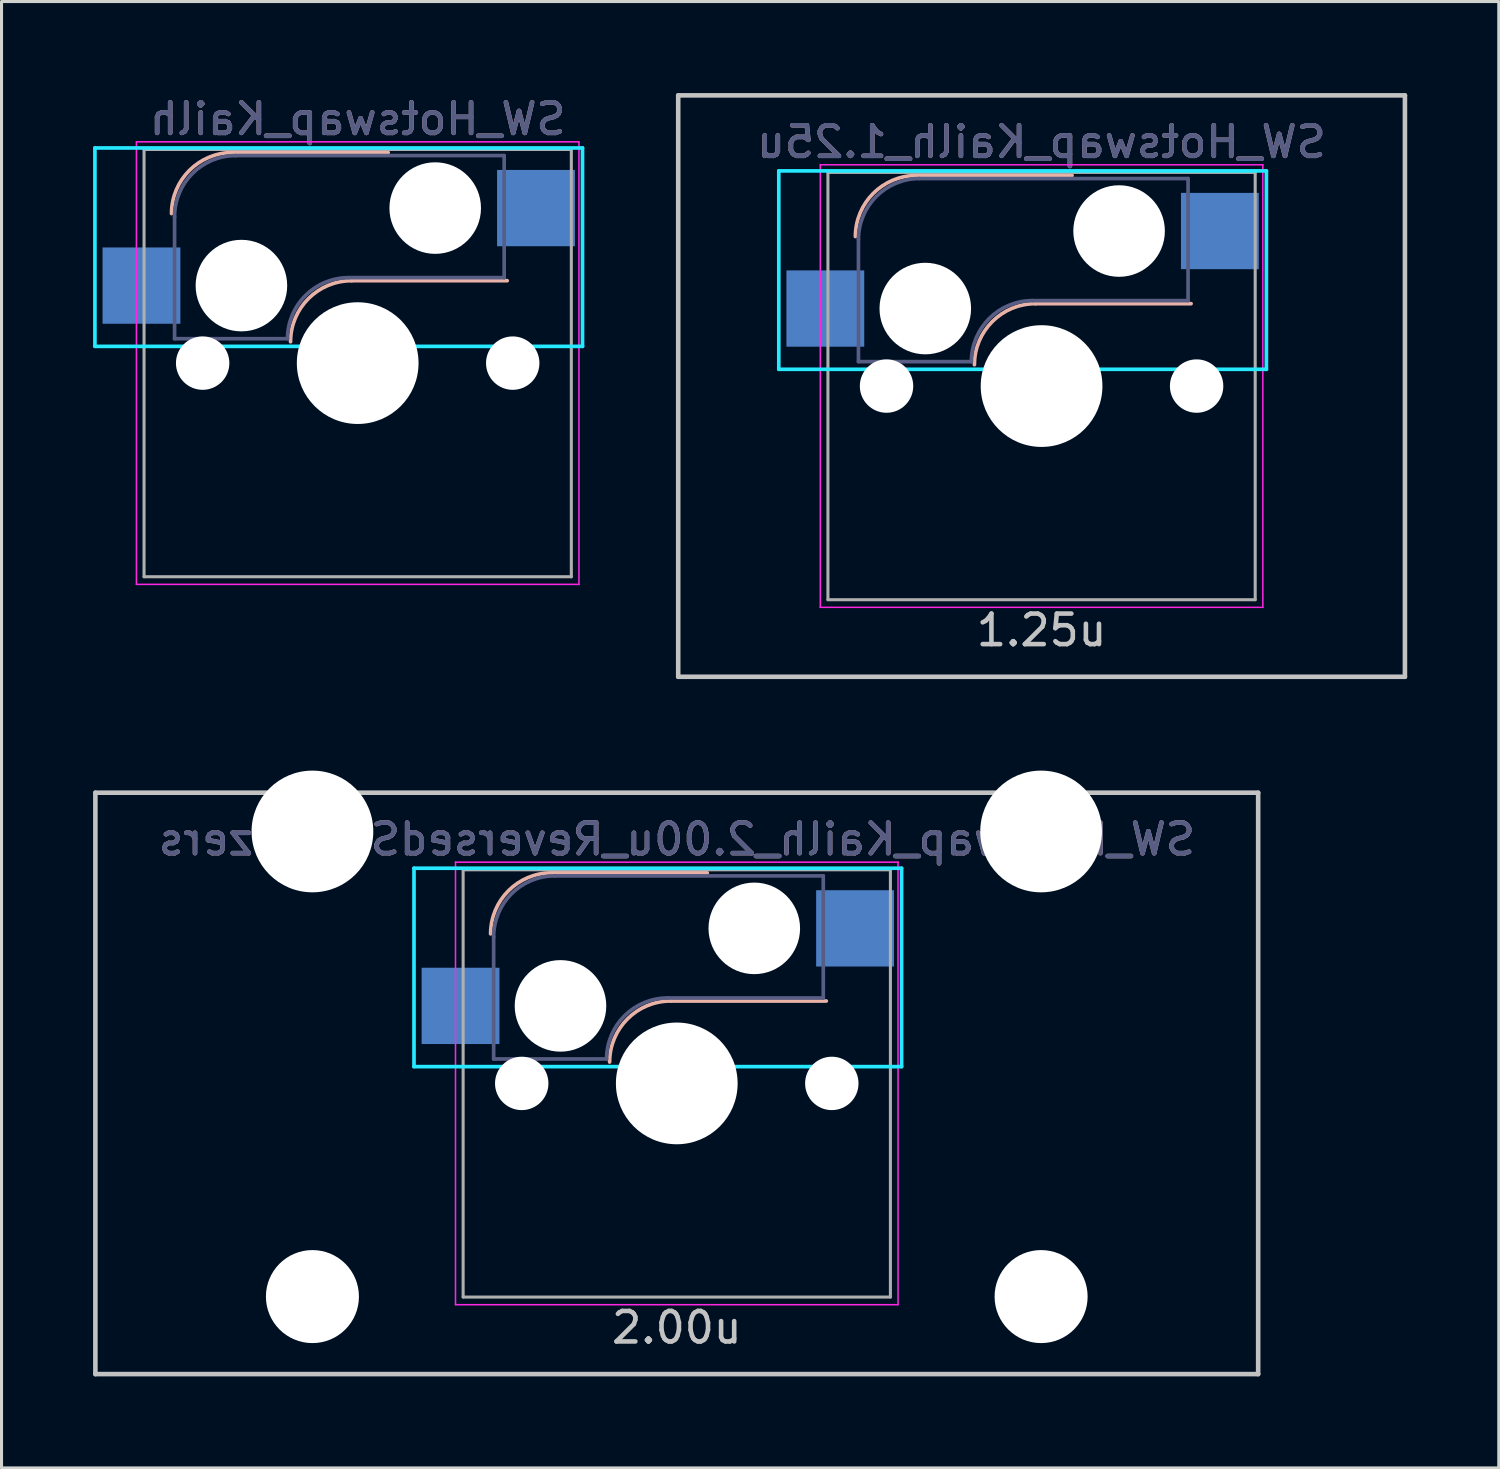
<source format=kicad_pcb>
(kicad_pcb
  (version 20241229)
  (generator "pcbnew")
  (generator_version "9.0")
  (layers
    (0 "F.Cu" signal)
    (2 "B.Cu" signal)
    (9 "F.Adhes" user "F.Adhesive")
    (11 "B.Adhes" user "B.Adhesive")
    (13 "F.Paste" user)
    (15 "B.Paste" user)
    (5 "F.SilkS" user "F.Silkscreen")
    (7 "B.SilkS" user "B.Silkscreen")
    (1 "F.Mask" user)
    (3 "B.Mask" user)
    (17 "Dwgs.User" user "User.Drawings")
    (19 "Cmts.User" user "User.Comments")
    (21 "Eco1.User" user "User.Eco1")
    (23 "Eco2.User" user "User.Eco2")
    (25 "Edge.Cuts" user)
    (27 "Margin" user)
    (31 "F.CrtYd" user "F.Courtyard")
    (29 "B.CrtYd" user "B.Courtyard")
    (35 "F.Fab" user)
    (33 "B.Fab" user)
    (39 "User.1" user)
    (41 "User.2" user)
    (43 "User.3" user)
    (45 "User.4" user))
  (footprint "SW_Hotswap_Kailh"
    (layer "F.Cu")
    (at 8.67 8.848)
    (property "Reference" "SW_Hotswap_Kailh" (at 0 -8 0) (layer "B.SilkS") (effects (font (size 1 1) (thickness 0.15)) (justify mirror)))
    (attr smd)
    (fp_line (start 1 -6.9) (end -4.1 -6.9) (stroke (width 0.12) (type solid)) (layer "B.SilkS"))
    (fp_line (start 4.9 -2.7) (end -0.2 -2.7) (stroke (width 0.12) (type solid)) (layer "B.SilkS"))
    (fp_arc (start -6.1 -4.9) (mid -5.514214 -6.314214) (end -4.1 -6.9) (stroke (width 0.12) (type solid)) (layer "B.SilkS"))
    (fp_arc (start -2.2 -0.7) (mid -1.614214 -2.114214) (end -0.2 -2.7) (stroke (width 0.12) (type solid)) (layer "B.SilkS"))
    (fp_line (start -8.61 -7.05) (end 7.367 -7.05) (stroke (width 0.12) (type solid)) (layer "B.CrtYd"))
    (fp_line (start -8.61 -0.55) (end -8.61 -7.05) (stroke (width 0.12) (type solid)) (layer "B.CrtYd"))
    (fp_line (start -8.61 -0.55) (end 7.367 -0.55) (stroke (width 0.12) (type solid)) (layer "B.CrtYd"))
    (fp_line (start 7.367 -7.05) (end 7.367 -0.55) (stroke (width 0.12) (type solid)) (layer "B.CrtYd"))
    (fp_line (start -7.25 -7.25) (end 7.25 -7.25) (stroke (width 0.05) (type solid)) (layer "F.CrtYd"))
    (fp_line (start -7.25 7.25) (end -7.25 -7.25) (stroke (width 0.05) (type solid)) (layer "F.CrtYd"))
    (fp_line (start 7.25 -7.25) (end 7.25 7.25) (stroke (width 0.05) (type solid)) (layer "F.CrtYd"))
    (fp_line (start 7.25 7.25) (end -7.25 7.25) (stroke (width 0.05) (type solid)) (layer "F.CrtYd"))
    (fp_line (start -6 -0.8) (end -6 -4.8) (stroke (width 0.12) (type solid)) (layer "B.Fab"))
    (fp_line (start -6 -0.8) (end -2.3 -0.8) (stroke (width 0.12) (type solid)) (layer "B.Fab"))
    (fp_line (start -4 -6.8) (end 4.8 -6.8) (stroke (width 0.12) (type solid)) (layer "B.Fab"))
    (fp_line (start -0.3 -2.8) (end 4.8 -2.8) (stroke (width 0.12) (type solid)) (layer "B.Fab"))
    (fp_line (start 4.8 -6.8) (end 4.8 -2.8) (stroke (width 0.12) (type solid)) (layer "B.Fab"))
    (fp_arc (start -6 -4.8) (mid -5.414214 -6.214214) (end -4 -6.8) (stroke (width 0.12) (type solid)) (layer "B.Fab"))
    (fp_arc (start -2.3 -0.8) (mid -1.714214 -2.214214) (end -0.3 -2.8) (stroke (width 0.12) (type solid)) (layer "B.Fab"))
    (fp_line (start -7 -7) (end 7 -7) (stroke (width 0.1) (type solid)) (layer "F.Fab"))
    (fp_line (start -7 7) (end -7 -7) (stroke (width 0.1) (type solid)) (layer "F.Fab"))
    (fp_line (start 7 -7) (end 7 7) (stroke (width 0.1) (type solid)) (layer "F.Fab"))
    (fp_line (start 7 7) (end -7 7) (stroke (width 0.1) (type solid)) (layer "F.Fab"))
    (fp_text user "${REFERENCE}" (at 0 -8 0) (layer "B.Fab") (effects (font (size 1 1) (thickness 0.15)) (justify mirror)))
    (pad "" np_thru_hole circle (at -5.08 0 48.1) (size 1.75 1.75) (drill 1.75) (layers "*.Cu" "*.Mask"))
    (pad "" np_thru_hole circle (at -3.81 -2.54) (size 3 3) (drill 3) (layers "*.Cu" "*.Mask"))
    (pad "" np_thru_hole circle (at 0 0) (size 3.988 3.988) (drill 3.988) (layers "*.Cu" "*.Mask"))
    (pad "" np_thru_hole circle (at 2.54 -5.08) (size 3 3) (drill 3) (layers "*.Cu" "*.Mask"))
    (pad "" np_thru_hole circle (at 5.08 0 48.1) (size 1.75 1.75) (drill 1.75) (layers "*.Cu" "*.Mask"))
    (pad "1" smd rect (at -7.085 -2.54) (size 2.55 2.5) (layers "B.Cu" "B.Mask" "B.Paste"))
    (pad "2" smd rect (at 5.842 -5.08) (size 2.55 2.5) (layers "B.Cu" "B.Mask" "B.Paste")))
  (footprint "SW_Hotswap_Kailh_1.25u"
    (layer "F.Cu")
    (at 31.078 9.6)
    (property "Reference" "SW_Hotswap_Kailh_1.25u" (at 0 -8 0) (layer "B.SilkS") (effects (font (size 1 1) (thickness 0.15)) (justify mirror)))
    (attr smd)
    (fp_line (start 1 -6.9) (end -4.1 -6.9) (stroke (width 0.12) (type solid)) (layer "B.SilkS"))
    (fp_line (start 4.9 -2.7) (end -0.2 -2.7) (stroke (width 0.12) (type solid)) (layer "B.SilkS"))
    (fp_arc (start -6.1 -4.9) (mid -5.514214 -6.314214) (end -4.1 -6.9) (stroke (width 0.12) (type solid)) (layer "B.SilkS"))
    (fp_arc (start -2.2 -0.7) (mid -1.614214 -2.114214) (end -0.2 -2.7) (stroke (width 0.12) (type solid)) (layer "B.SilkS"))
    (fp_line (start -11.906 -9.525) (end 11.906 -9.525) (stroke (width 0.15) (type solid)) (layer "Dwgs.User"))
    (fp_line (start -11.906 9.525) (end -11.906 -9.525) (stroke (width 0.15) (type solid)) (layer "Dwgs.User"))
    (fp_line (start 11.906 -9.525) (end 11.906 9.525) (stroke (width 0.15) (type solid)) (layer "Dwgs.User"))
    (fp_line (start 11.906 9.525) (end -11.906 9.525) (stroke (width 0.15) (type solid)) (layer "Dwgs.User"))
    (fp_line (start -8.61 -7.05) (end 7.367 -7.05) (stroke (width 0.12) (type solid)) (layer "B.CrtYd"))
    (fp_line (start -8.61 -0.55) (end -8.61 -7.05) (stroke (width 0.12) (type solid)) (layer "B.CrtYd"))
    (fp_line (start -8.61 -0.55) (end 7.367 -0.55) (stroke (width 0.12) (type solid)) (layer "B.CrtYd"))
    (fp_line (start 7.367 -7.05) (end 7.367 -0.55) (stroke (width 0.12) (type solid)) (layer "B.CrtYd"))
    (fp_line (start -7.25 -7.25) (end 7.25 -7.25) (stroke (width 0.05) (type solid)) (layer "F.CrtYd"))
    (fp_line (start -7.25 7.25) (end -7.25 -7.25) (stroke (width 0.05) (type solid)) (layer "F.CrtYd"))
    (fp_line (start 7.25 -7.25) (end 7.25 7.25) (stroke (width 0.05) (type solid)) (layer "F.CrtYd"))
    (fp_line (start 7.25 7.25) (end -7.25 7.25) (stroke (width 0.05) (type solid)) (layer "F.CrtYd"))
    (fp_line (start -6 -0.8) (end -6 -4.8) (stroke (width 0.12) (type solid)) (layer "B.Fab"))
    (fp_line (start -6 -0.8) (end -2.3 -0.8) (stroke (width 0.12) (type solid)) (layer "B.Fab"))
    (fp_line (start -4 -6.8) (end 4.8 -6.8) (stroke (width 0.12) (type solid)) (layer "B.Fab"))
    (fp_line (start -0.3 -2.8) (end 4.8 -2.8) (stroke (width 0.12) (type solid)) (layer "B.Fab"))
    (fp_line (start 4.8 -6.8) (end 4.8 -2.8) (stroke (width 0.12) (type solid)) (layer "B.Fab"))
    (fp_arc (start -6 -4.8) (mid -5.414214 -6.214214) (end -4 -6.8) (stroke (width 0.12) (type solid)) (layer "B.Fab"))
    (fp_arc (start -2.3 -0.8) (mid -1.714214 -2.214214) (end -0.3 -2.8) (stroke (width 0.12) (type solid)) (layer "B.Fab"))
    (fp_line (start -7 -7) (end 7 -7) (stroke (width 0.1) (type solid)) (layer "F.Fab"))
    (fp_line (start -7 7) (end -7 -7) (stroke (width 0.1) (type solid)) (layer "F.Fab"))
    (fp_line (start 7 -7) (end 7 7) (stroke (width 0.1) (type solid)) (layer "F.Fab"))
    (fp_line (start 7 7) (end -7 7) (stroke (width 0.1) (type solid)) (layer "F.Fab"))
    (fp_text user "1.25u" (at 0 8 0) (layer "Dwgs.User") (effects (font (size 1 1) (thickness 0.15))))
    (fp_text user "${REFERENCE}" (at 0 -8 0) (layer "B.Fab") (effects (font (size 1 1) (thickness 0.15)) (justify mirror)))
    (pad "" np_thru_hole circle (at -5.08 0 48.1) (size 1.75 1.75) (drill 1.75) (layers "*.Cu" "*.Mask"))
    (pad "" np_thru_hole circle (at -3.81 -2.54) (size 3 3) (drill 3) (layers "*.Cu" "*.Mask"))
    (pad "" np_thru_hole circle (at 0 0) (size 3.988 3.988) (drill 3.988) (layers "*.Cu" "*.Mask"))
    (pad "" np_thru_hole circle (at 2.54 -5.08) (size 3 3) (drill 3) (layers "*.Cu" "*.Mask"))
    (pad "" np_thru_hole circle (at 5.08 0 48.1) (size 1.75 1.75) (drill 1.75) (layers "*.Cu" "*.Mask"))
    (pad "1" smd rect (at -7.085 -2.54) (size 2.55 2.5) (layers "B.Cu" "B.Mask" "B.Paste"))
    (pad "2" smd rect (at 5.842 -5.08) (size 2.55 2.5) (layers "B.Cu" "B.Mask" "B.Paste")))
  (footprint "SW_Hotswap_Kailh_2.00u_ReversedStabilizers"
    (layer "F.Cu")
    (at 19.125 32.449)
    (property "Reference" "SW_Hotswap_Kailh_2.00u_ReversedStabilizers" (at 0 -8 0) (layer "B.SilkS") (effects (font (size 1 1) (thickness 0.15)) (justify mirror)))
    (attr smd)
    (fp_line (start 1 -6.9) (end -4.1 -6.9) (stroke (width 0.12) (type solid)) (layer "B.SilkS"))
    (fp_line (start 4.9 -2.7) (end -0.2 -2.7) (stroke (width 0.12) (type solid)) (layer "B.SilkS"))
    (fp_arc (start -6.1 -4.9) (mid -5.514214 -6.314214) (end -4.1 -6.9) (stroke (width 0.12) (type solid)) (layer "B.SilkS"))
    (fp_arc (start -2.2 -0.7) (mid -1.614214 -2.114214) (end -0.2 -2.7) (stroke (width 0.12) (type solid)) (layer "B.SilkS"))
    (fp_line (start -19.05 -9.525) (end 19.05 -9.525) (stroke (width 0.15) (type solid)) (layer "Dwgs.User"))
    (fp_line (start -19.05 9.525) (end -19.05 -9.525) (stroke (width 0.15) (type solid)) (layer "Dwgs.User"))
    (fp_line (start 19.05 -9.525) (end 19.05 9.525) (stroke (width 0.15) (type solid)) (layer "Dwgs.User"))
    (fp_line (start 19.05 9.525) (end -19.05 9.525) (stroke (width 0.15) (type solid)) (layer "Dwgs.User"))
    (fp_line (start -8.61 -7.05) (end 7.367 -7.05) (stroke (width 0.12) (type solid)) (layer "B.CrtYd"))
    (fp_line (start -8.61 -0.55) (end -8.61 -7.05) (stroke (width 0.12) (type solid)) (layer "B.CrtYd"))
    (fp_line (start -8.61 -0.55) (end 7.367 -0.55) (stroke (width 0.12) (type solid)) (layer "B.CrtYd"))
    (fp_line (start 7.367 -7.05) (end 7.367 -0.55) (stroke (width 0.12) (type solid)) (layer "B.CrtYd"))
    (fp_line (start -7.25 -7.25) (end 7.25 -7.25) (stroke (width 0.05) (type solid)) (layer "F.CrtYd"))
    (fp_line (start -7.25 7.25) (end -7.25 -7.25) (stroke (width 0.05) (type solid)) (layer "F.CrtYd"))
    (fp_line (start 7.25 -7.25) (end 7.25 7.25) (stroke (width 0.05) (type solid)) (layer "F.CrtYd"))
    (fp_line (start 7.25 7.25) (end -7.25 7.25) (stroke (width 0.05) (type solid)) (layer "F.CrtYd"))
    (fp_line (start -6 -0.8) (end -6 -4.8) (stroke (width 0.12) (type solid)) (layer "B.Fab"))
    (fp_line (start -6 -0.8) (end -2.3 -0.8) (stroke (width 0.12) (type solid)) (layer "B.Fab"))
    (fp_line (start -4 -6.8) (end 4.8 -6.8) (stroke (width 0.12) (type solid)) (layer "B.Fab"))
    (fp_line (start -0.3 -2.8) (end 4.8 -2.8) (stroke (width 0.12) (type solid)) (layer "B.Fab"))
    (fp_line (start 4.8 -6.8) (end 4.8 -2.8) (stroke (width 0.12) (type solid)) (layer "B.Fab"))
    (fp_arc (start -6 -4.8) (mid -5.414214 -6.214214) (end -4 -6.8) (stroke (width 0.12) (type solid)) (layer "B.Fab"))
    (fp_arc (start -2.3 -0.8) (mid -1.714214 -2.214214) (end -0.3 -2.8) (stroke (width 0.12) (type solid)) (layer "B.Fab"))
    (fp_line (start -7 -7) (end 7 -7) (stroke (width 0.1) (type solid)) (layer "F.Fab"))
    (fp_line (start -7 7) (end -7 -7) (stroke (width 0.1) (type solid)) (layer "F.Fab"))
    (fp_line (start 7 -7) (end 7 7) (stroke (width 0.1) (type solid)) (layer "F.Fab"))
    (fp_line (start 7 7) (end -7 7) (stroke (width 0.1) (type solid)) (layer "F.Fab"))
    (fp_text user "2.00u" (at 0 8 0) (layer "Dwgs.User") (effects (font (size 1 1) (thickness 0.15))))
    (fp_text user "${REFERENCE}" (at 0 -8 0) (layer "B.Fab") (effects (font (size 1 1) (thickness 0.15)) (justify mirror)))
    (pad "" np_thru_hole circle (at -11.938 -8.255) (size 3.988 3.988) (drill 3.988) (layers "*.Cu" "*.Mask"))
    (pad "" np_thru_hole circle (at -11.938 6.985) (size 3.048 3.048) (drill 3.048) (layers "*.Cu" "*.Mask"))
    (pad "" np_thru_hole circle (at -5.08 0 48.1) (size 1.75 1.75) (drill 1.75) (layers "*.Cu" "*.Mask"))
    (pad "" np_thru_hole circle (at -3.81 -2.54) (size 3 3) (drill 3) (layers "*.Cu" "*.Mask"))
    (pad "" np_thru_hole circle (at 0 0) (size 3.988 3.988) (drill 3.988) (layers "*.Cu" "*.Mask"))
    (pad "" np_thru_hole circle (at 2.54 -5.08) (size 3 3) (drill 3) (layers "*.Cu" "*.Mask"))
    (pad "" np_thru_hole circle (at 5.08 0 48.1) (size 1.75 1.75) (drill 1.75) (layers "*.Cu" "*.Mask"))
    (pad "" np_thru_hole circle (at 11.938 -8.255) (size 3.988 3.988) (drill 3.988) (layers "*.Cu" "*.Mask"))
    (pad "" np_thru_hole circle (at 11.938 6.985) (size 3.048 3.048) (drill 3.048) (layers "*.Cu" "*.Mask"))
    (pad "1" smd rect (at -7.085 -2.54) (size 2.55 2.5) (layers "B.Cu" "B.Mask" "B.Paste"))
    (pad "2" smd rect (at 5.842 -5.08) (size 2.55 2.5) (layers "B.Cu" "B.Mask" "B.Paste")))
  (gr_rect
    (start -3 -3)
    (end 46.059 45.049)
    (stroke (width 0.1) (type default))
    (fill no)
    (layer "Edge.Cuts")))
</source>
